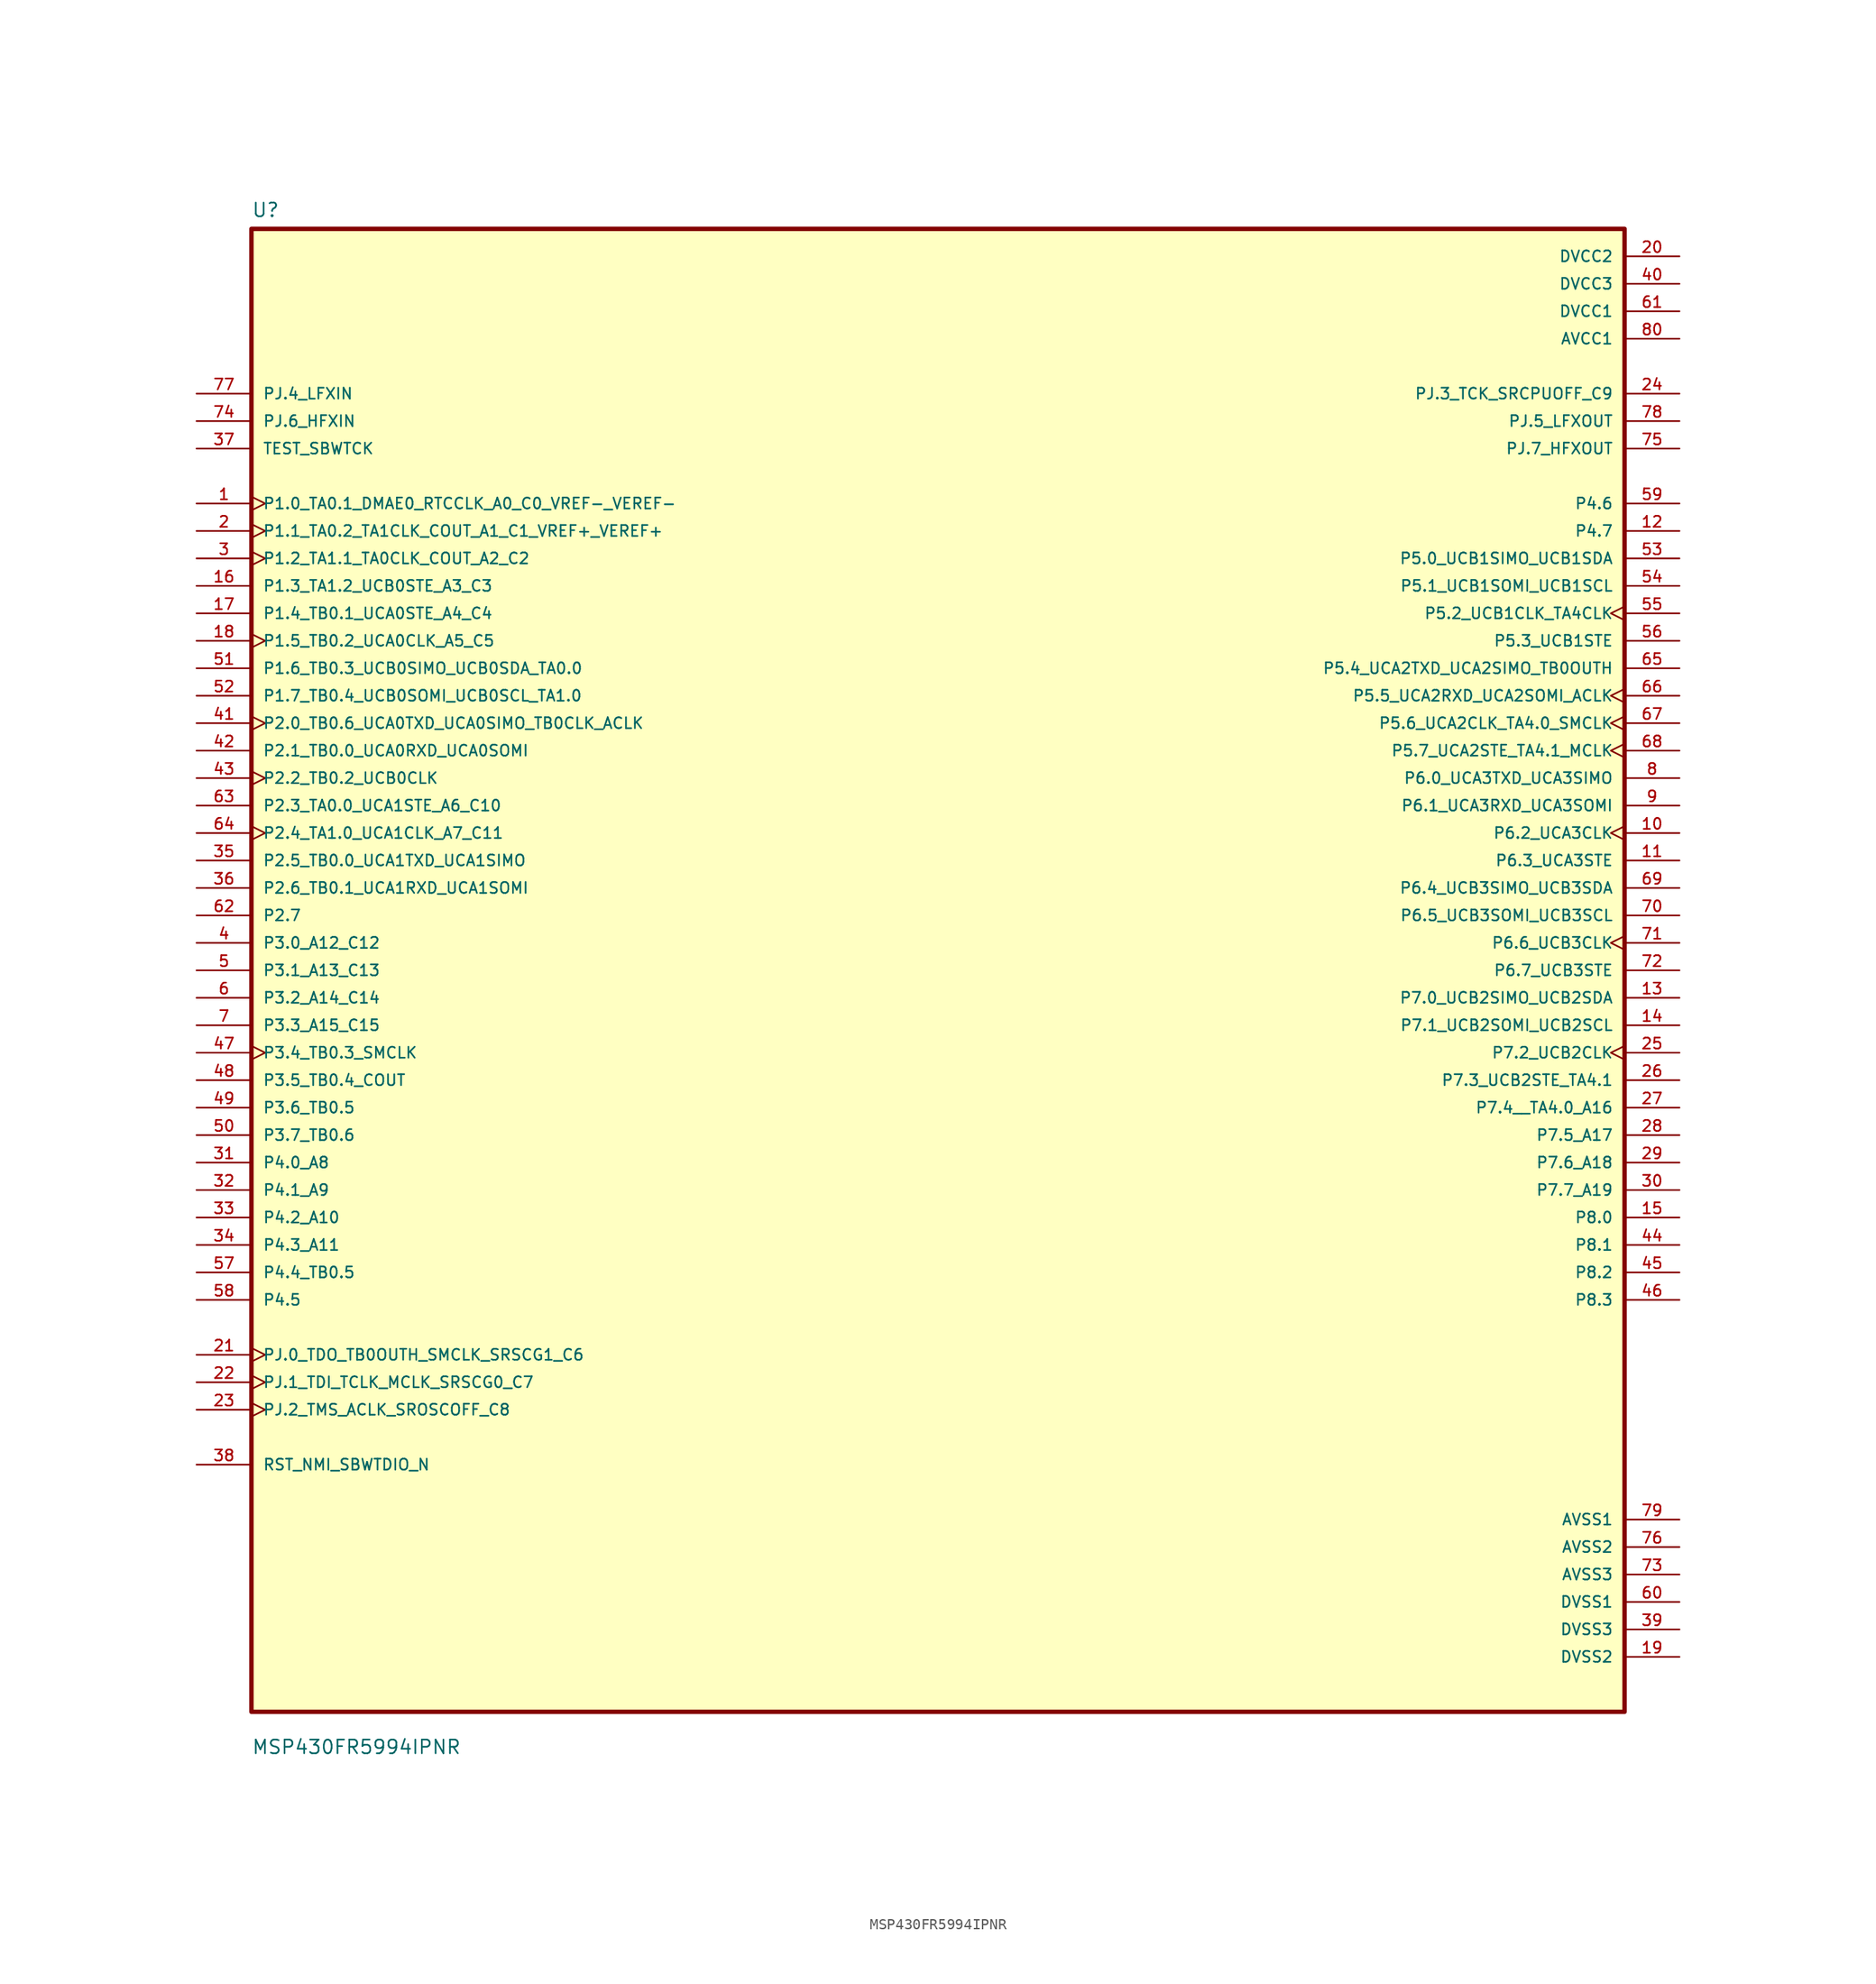
<source format=kicad_sym>
(kicad_symbol_lib
  (version 20211014)
  (generator kicad_symbol_editor)
  (symbol "MSP430FR5994IPNR"
    (pin_names
      (offset 1.016))
    (property "Reference" "U"
      (at -63.5 69.58 0.0)
      (effects (font (size 1.27 1.27)) (justify bottom left)))
    (property "Value" "MSP430FR5994IPNR"
      (at -63.5 -72.58 0.0)
      (effects (font (size 1.27 1.27)) (justify bottom left)))
    (symbol "MSP430FR5994IPNR_0_0"
      (rectangle (start -63.5 -68.58) (end 63.5 68.58) (stroke (width 0.41)) (fill (type background)))
      (pin input line (at -68.58 53.34 0) (length 5.08) (name "PJ.4_LFXIN" (effects (font (size 1.016 1.016)))) (number "77" (effects (font (size 1.016 1.016)))))
      (pin input line (at -68.58 50.8 0) (length 5.08) (name "PJ.6_HFXIN" (effects (font (size 1.016 1.016)))) (number "74" (effects (font (size 1.016 1.016)))))
      (pin input line (at -68.58 48.26 0) (length 5.08) (name "TEST_SBWTCK" (effects (font (size 1.016 1.016)))) (number "37" (effects (font (size 1.016 1.016)))))
      (pin bidirectional clock (at -68.58 43.18 0) (length 5.08) (name "P1.0_TA0.1_DMAE0_RTCCLK_A0_C0_VREF-_VEREF-" (effects (font (size 1.016 1.016)))) (number "1" (effects (font (size 1.016 1.016)))))
      (pin bidirectional clock (at -68.58 40.64 0) (length 5.08) (name "P1.1_TA0.2_TA1CLK_COUT_A1_C1_VREF+_VEREF+" (effects (font (size 1.016 1.016)))) (number "2" (effects (font (size 1.016 1.016)))))
      (pin bidirectional clock (at -68.58 38.1 0) (length 5.08) (name "P1.2_TA1.1_TA0CLK_COUT_A2_C2" (effects (font (size 1.016 1.016)))) (number "3" (effects (font (size 1.016 1.016)))))
      (pin bidirectional line (at -68.58 35.56 0) (length 5.08) (name "P1.3_TA1.2_UCB0STE_A3_C3" (effects (font (size 1.016 1.016)))) (number "16" (effects (font (size 1.016 1.016)))))
      (pin bidirectional line (at -68.58 33.02 0) (length 5.08) (name "P1.4_TB0.1_UCA0STE_A4_C4" (effects (font (size 1.016 1.016)))) (number "17" (effects (font (size 1.016 1.016)))))
      (pin bidirectional clock (at -68.58 30.48 0) (length 5.08) (name "P1.5_TB0.2_UCA0CLK_A5_C5" (effects (font (size 1.016 1.016)))) (number "18" (effects (font (size 1.016 1.016)))))
      (pin bidirectional line (at -68.58 27.94 0) (length 5.08) (name "P1.6_TB0.3_UCB0SIMO_UCB0SDA_TA0.0" (effects (font (size 1.016 1.016)))) (number "51" (effects (font (size 1.016 1.016)))))
      (pin bidirectional line (at -68.58 25.4 0) (length 5.08) (name "P1.7_TB0.4_UCB0SOMI_UCB0SCL_TA1.0" (effects (font (size 1.016 1.016)))) (number "52" (effects (font (size 1.016 1.016)))))
      (pin bidirectional clock (at -68.58 22.86 0) (length 5.08) (name "P2.0_TB0.6_UCA0TXD_UCA0SIMO_TB0CLK_ACLK" (effects (font (size 1.016 1.016)))) (number "41" (effects (font (size 1.016 1.016)))))
      (pin bidirectional line (at -68.58 20.32 0) (length 5.08) (name "P2.1_TB0.0_UCA0RXD_UCA0SOMI" (effects (font (size 1.016 1.016)))) (number "42" (effects (font (size 1.016 1.016)))))
      (pin bidirectional clock (at -68.58 17.78 0) (length 5.08) (name "P2.2_TB0.2_UCB0CLK" (effects (font (size 1.016 1.016)))) (number "43" (effects (font (size 1.016 1.016)))))
      (pin bidirectional line (at -68.58 15.24 0) (length 5.08) (name "P2.3_TA0.0_UCA1STE_A6_C10" (effects (font (size 1.016 1.016)))) (number "63" (effects (font (size 1.016 1.016)))))
      (pin bidirectional clock (at -68.58 12.7 0) (length 5.08) (name "P2.4_TA1.0_UCA1CLK_A7_C11" (effects (font (size 1.016 1.016)))) (number "64" (effects (font (size 1.016 1.016)))))
      (pin bidirectional line (at -68.58 10.16 0) (length 5.08) (name "P2.5_TB0.0_UCA1TXD_UCA1SIMO" (effects (font (size 1.016 1.016)))) (number "35" (effects (font (size 1.016 1.016)))))
      (pin bidirectional line (at -68.58 7.62 0) (length 5.08) (name "P2.6_TB0.1_UCA1RXD_UCA1SOMI" (effects (font (size 1.016 1.016)))) (number "36" (effects (font (size 1.016 1.016)))))
      (pin bidirectional line (at -68.58 5.08 0) (length 5.08) (name "P2.7" (effects (font (size 1.016 1.016)))) (number "62" (effects (font (size 1.016 1.016)))))
      (pin bidirectional line (at -68.58 2.54 0) (length 5.08) (name "P3.0_A12_C12" (effects (font (size 1.016 1.016)))) (number "4" (effects (font (size 1.016 1.016)))))
      (pin bidirectional line (at -68.58 1.77636e-14 0) (length 5.08) (name "P3.1_A13_C13" (effects (font (size 1.016 1.016)))) (number "5" (effects (font (size 1.016 1.016)))))
      (pin bidirectional line (at -68.58 -2.54 0) (length 5.08) (name "P3.2_A14_C14" (effects (font (size 1.016 1.016)))) (number "6" (effects (font (size 1.016 1.016)))))
      (pin bidirectional line (at -68.58 -5.08 0) (length 5.08) (name "P3.3_A15_C15" (effects (font (size 1.016 1.016)))) (number "7" (effects (font (size 1.016 1.016)))))
      (pin bidirectional clock (at -68.58 -7.62 0) (length 5.08) (name "P3.4_TB0.3_SMCLK" (effects (font (size 1.016 1.016)))) (number "47" (effects (font (size 1.016 1.016)))))
      (pin bidirectional line (at -68.58 -10.16 0) (length 5.08) (name "P3.5_TB0.4_COUT" (effects (font (size 1.016 1.016)))) (number "48" (effects (font (size 1.016 1.016)))))
      (pin bidirectional line (at -68.58 -12.7 0) (length 5.08) (name "P3.6_TB0.5" (effects (font (size 1.016 1.016)))) (number "49" (effects (font (size 1.016 1.016)))))
      (pin bidirectional line (at -68.58 -15.24 0) (length 5.08) (name "P3.7_TB0.6" (effects (font (size 1.016 1.016)))) (number "50" (effects (font (size 1.016 1.016)))))
      (pin bidirectional line (at -68.58 -17.78 0) (length 5.08) (name "P4.0_A8" (effects (font (size 1.016 1.016)))) (number "31" (effects (font (size 1.016 1.016)))))
      (pin bidirectional line (at -68.58 -20.32 0) (length 5.08) (name "P4.1_A9" (effects (font (size 1.016 1.016)))) (number "32" (effects (font (size 1.016 1.016)))))
      (pin bidirectional line (at -68.58 -22.86 0) (length 5.08) (name "P4.2_A10" (effects (font (size 1.016 1.016)))) (number "33" (effects (font (size 1.016 1.016)))))
      (pin bidirectional line (at -68.58 -25.4 0) (length 5.08) (name "P4.3_A11" (effects (font (size 1.016 1.016)))) (number "34" (effects (font (size 1.016 1.016)))))
      (pin bidirectional line (at -68.58 -27.94 0) (length 5.08) (name "P4.4_TB0.5" (effects (font (size 1.016 1.016)))) (number "57" (effects (font (size 1.016 1.016)))))
      (pin bidirectional line (at -68.58 -30.48 0) (length 5.08) (name "P4.5" (effects (font (size 1.016 1.016)))) (number "58" (effects (font (size 1.016 1.016)))))
      (pin bidirectional clock (at -68.58 -35.56 0) (length 5.08) (name "PJ.0_TDO_TB0OUTH_SMCLK_SRSCG1_C6" (effects (font (size 1.016 1.016)))) (number "21" (effects (font (size 1.016 1.016)))))
      (pin bidirectional clock (at -68.58 -38.1 0) (length 5.08) (name "PJ.1_TDI_TCLK_MCLK_SRSCG0_C7" (effects (font (size 1.016 1.016)))) (number "22" (effects (font (size 1.016 1.016)))))
      (pin bidirectional clock (at -68.58 -40.64 0) (length 5.08) (name "PJ.2_TMS_ACLK_SROSCOFF_C8" (effects (font (size 1.016 1.016)))) (number "23" (effects (font (size 1.016 1.016)))))
      (pin bidirectional line (at -68.58 -45.72 0) (length 5.08) (name "RST_NMI_SBWTDIO_N" (effects (font (size 1.016 1.016)))) (number "38" (effects (font (size 1.016 1.016)))))
      (pin power_in line (at 68.58 66.04 180.0) (length 5.08) (name "DVCC2" (effects (font (size 1.016 1.016)))) (number "20" (effects (font (size 1.016 1.016)))))
      (pin power_in line (at 68.58 63.5 180.0) (length 5.08) (name "DVCC3" (effects (font (size 1.016 1.016)))) (number "40" (effects (font (size 1.016 1.016)))))
      (pin power_in line (at 68.58 60.96 180.0) (length 5.08) (name "DVCC1" (effects (font (size 1.016 1.016)))) (number "61" (effects (font (size 1.016 1.016)))))
      (pin power_in line (at 68.58 58.42 180.0) (length 5.08) (name "AVCC1" (effects (font (size 1.016 1.016)))) (number "80" (effects (font (size 1.016 1.016)))))
      (pin bidirectional line (at 68.58 43.18 180.0) (length 5.08) (name "P4.6" (effects (font (size 1.016 1.016)))) (number "59" (effects (font (size 1.016 1.016)))))
      (pin bidirectional line (at 68.58 40.64 180.0) (length 5.08) (name "P4.7" (effects (font (size 1.016 1.016)))) (number "12" (effects (font (size 1.016 1.016)))))
      (pin bidirectional line (at 68.58 38.1 180.0) (length 5.08) (name "P5.0_UCB1SIMO_UCB1SDA" (effects (font (size 1.016 1.016)))) (number "53" (effects (font (size 1.016 1.016)))))
      (pin bidirectional line (at 68.58 35.56 180.0) (length 5.08) (name "P5.1_UCB1SOMI_UCB1SCL" (effects (font (size 1.016 1.016)))) (number "54" (effects (font (size 1.016 1.016)))))
      (pin bidirectional clock (at 68.58 33.02 180.0) (length 5.08) (name "P5.2_UCB1CLK_TA4CLK" (effects (font (size 1.016 1.016)))) (number "55" (effects (font (size 1.016 1.016)))))
      (pin bidirectional line (at 68.58 30.48 180.0) (length 5.08) (name "P5.3_UCB1STE" (effects (font (size 1.016 1.016)))) (number "56" (effects (font (size 1.016 1.016)))))
      (pin bidirectional line (at 68.58 27.94 180.0) (length 5.08) (name "P5.4_UCA2TXD_UCA2SIMO_TB0OUTH" (effects (font (size 1.016 1.016)))) (number "65" (effects (font (size 1.016 1.016)))))
      (pin bidirectional clock (at 68.58 25.4 180.0) (length 5.08) (name "P5.5_UCA2RXD_UCA2SOMI_ACLK" (effects (font (size 1.016 1.016)))) (number "66" (effects (font (size 1.016 1.016)))))
      (pin bidirectional clock (at 68.58 22.86 180.0) (length 5.08) (name "P5.6_UCA2CLK_TA4.0_SMCLK" (effects (font (size 1.016 1.016)))) (number "67" (effects (font (size 1.016 1.016)))))
      (pin bidirectional clock (at 68.58 20.32 180.0) (length 5.08) (name "P5.7_UCA2STE_TA4.1_MCLK" (effects (font (size 1.016 1.016)))) (number "68" (effects (font (size 1.016 1.016)))))
      (pin bidirectional line (at 68.58 17.78 180.0) (length 5.08) (name "P6.0_UCA3TXD_UCA3SIMO" (effects (font (size 1.016 1.016)))) (number "8" (effects (font (size 1.016 1.016)))))
      (pin bidirectional line (at 68.58 15.24 180.0) (length 5.08) (name "P6.1_UCA3RXD_UCA3SOMI" (effects (font (size 1.016 1.016)))) (number "9" (effects (font (size 1.016 1.016)))))
      (pin bidirectional clock (at 68.58 12.7 180.0) (length 5.08) (name "P6.2_UCA3CLK" (effects (font (size 1.016 1.016)))) (number "10" (effects (font (size 1.016 1.016)))))
      (pin bidirectional line (at 68.58 10.16 180.0) (length 5.08) (name "P6.3_UCA3STE" (effects (font (size 1.016 1.016)))) (number "11" (effects (font (size 1.016 1.016)))))
      (pin bidirectional line (at 68.58 7.62 180.0) (length 5.08) (name "P6.4_UCB3SIMO_UCB3SDA" (effects (font (size 1.016 1.016)))) (number "69" (effects (font (size 1.016 1.016)))))
      (pin bidirectional line (at 68.58 5.08 180.0) (length 5.08) (name "P6.5_UCB3SOMI_UCB3SCL" (effects (font (size 1.016 1.016)))) (number "70" (effects (font (size 1.016 1.016)))))
      (pin bidirectional clock (at 68.58 2.54 180.0) (length 5.08) (name "P6.6_UCB3CLK" (effects (font (size 1.016 1.016)))) (number "71" (effects (font (size 1.016 1.016)))))
      (pin bidirectional line (at 68.58 3.55271e-15 180.0) (length 5.08) (name "P6.7_UCB3STE" (effects (font (size 1.016 1.016)))) (number "72" (effects (font (size 1.016 1.016)))))
      (pin bidirectional line (at 68.58 -2.54 180.0) (length 5.08) (name "P7.0_UCB2SIMO_UCB2SDA" (effects (font (size 1.016 1.016)))) (number "13" (effects (font (size 1.016 1.016)))))
      (pin bidirectional line (at 68.58 -5.08 180.0) (length 5.08) (name "P7.1_UCB2SOMI_UCB2SCL" (effects (font (size 1.016 1.016)))) (number "14" (effects (font (size 1.016 1.016)))))
      (pin bidirectional clock (at 68.58 -7.62 180.0) (length 5.08) (name "P7.2_UCB2CLK" (effects (font (size 1.016 1.016)))) (number "25" (effects (font (size 1.016 1.016)))))
      (pin bidirectional line (at 68.58 -10.16 180.0) (length 5.08) (name "P7.3_UCB2STE_TA4.1" (effects (font (size 1.016 1.016)))) (number "26" (effects (font (size 1.016 1.016)))))
      (pin bidirectional line (at 68.58 -12.7 180.0) (length 5.08) (name "P7.4__TA4.0_A16" (effects (font (size 1.016 1.016)))) (number "27" (effects (font (size 1.016 1.016)))))
      (pin bidirectional line (at 68.58 -15.24 180.0) (length 5.08) (name "P7.5_A17" (effects (font (size 1.016 1.016)))) (number "28" (effects (font (size 1.016 1.016)))))
      (pin bidirectional line (at 68.58 -17.78 180.0) (length 5.08) (name "P7.6_A18" (effects (font (size 1.016 1.016)))) (number "29" (effects (font (size 1.016 1.016)))))
      (pin bidirectional line (at 68.58 -20.32 180.0) (length 5.08) (name "P7.7_A19" (effects (font (size 1.016 1.016)))) (number "30" (effects (font (size 1.016 1.016)))))
      (pin bidirectional line (at 68.58 -22.86 180.0) (length 5.08) (name "P8.0" (effects (font (size 1.016 1.016)))) (number "15" (effects (font (size 1.016 1.016)))))
      (pin bidirectional line (at 68.58 -25.4 180.0) (length 5.08) (name "P8.1" (effects (font (size 1.016 1.016)))) (number "44" (effects (font (size 1.016 1.016)))))
      (pin bidirectional line (at 68.58 -27.94 180.0) (length 5.08) (name "P8.2" (effects (font (size 1.016 1.016)))) (number "45" (effects (font (size 1.016 1.016)))))
      (pin bidirectional line (at 68.58 -30.48 180.0) (length 5.08) (name "P8.3" (effects (font (size 1.016 1.016)))) (number "46" (effects (font (size 1.016 1.016)))))
      (pin bidirectional line (at 68.58 53.34 180.0) (length 5.08) (name "PJ.3_TCK_SRCPUOFF_C9" (effects (font (size 1.016 1.016)))) (number "24" (effects (font (size 1.016 1.016)))))
      (pin bidirectional line (at 68.58 50.8 180.0) (length 5.08) (name "PJ.5_LFXOUT" (effects (font (size 1.016 1.016)))) (number "78" (effects (font (size 1.016 1.016)))))
      (pin bidirectional line (at 68.58 48.26 180.0) (length 5.08) (name "PJ.7_HFXOUT" (effects (font (size 1.016 1.016)))) (number "75" (effects (font (size 1.016 1.016)))))
      (pin power_in line (at 68.58 -50.8 180.0) (length 5.08) (name "AVSS1" (effects (font (size 1.016 1.016)))) (number "79" (effects (font (size 1.016 1.016)))))
      (pin power_in line (at 68.58 -53.34 180.0) (length 5.08) (name "AVSS2" (effects (font (size 1.016 1.016)))) (number "76" (effects (font (size 1.016 1.016)))))
      (pin power_in line (at 68.58 -55.88 180.0) (length 5.08) (name "AVSS3" (effects (font (size 1.016 1.016)))) (number "73" (effects (font (size 1.016 1.016)))))
      (pin power_in line (at 68.58 -58.42 180.0) (length 5.08) (name "DVSS1" (effects (font (size 1.016 1.016)))) (number "60" (effects (font (size 1.016 1.016)))))
      (pin power_in line (at 68.58 -60.96 180.0) (length 5.08) (name "DVSS3" (effects (font (size 1.016 1.016)))) (number "39" (effects (font (size 1.016 1.016)))))
      (pin power_in line (at 68.58 -63.5 180.0) (length 5.08) (name "DVSS2" (effects (font (size 1.016 1.016)))) (number "19" (effects (font (size 1.016 1.016))))))))
</source>
